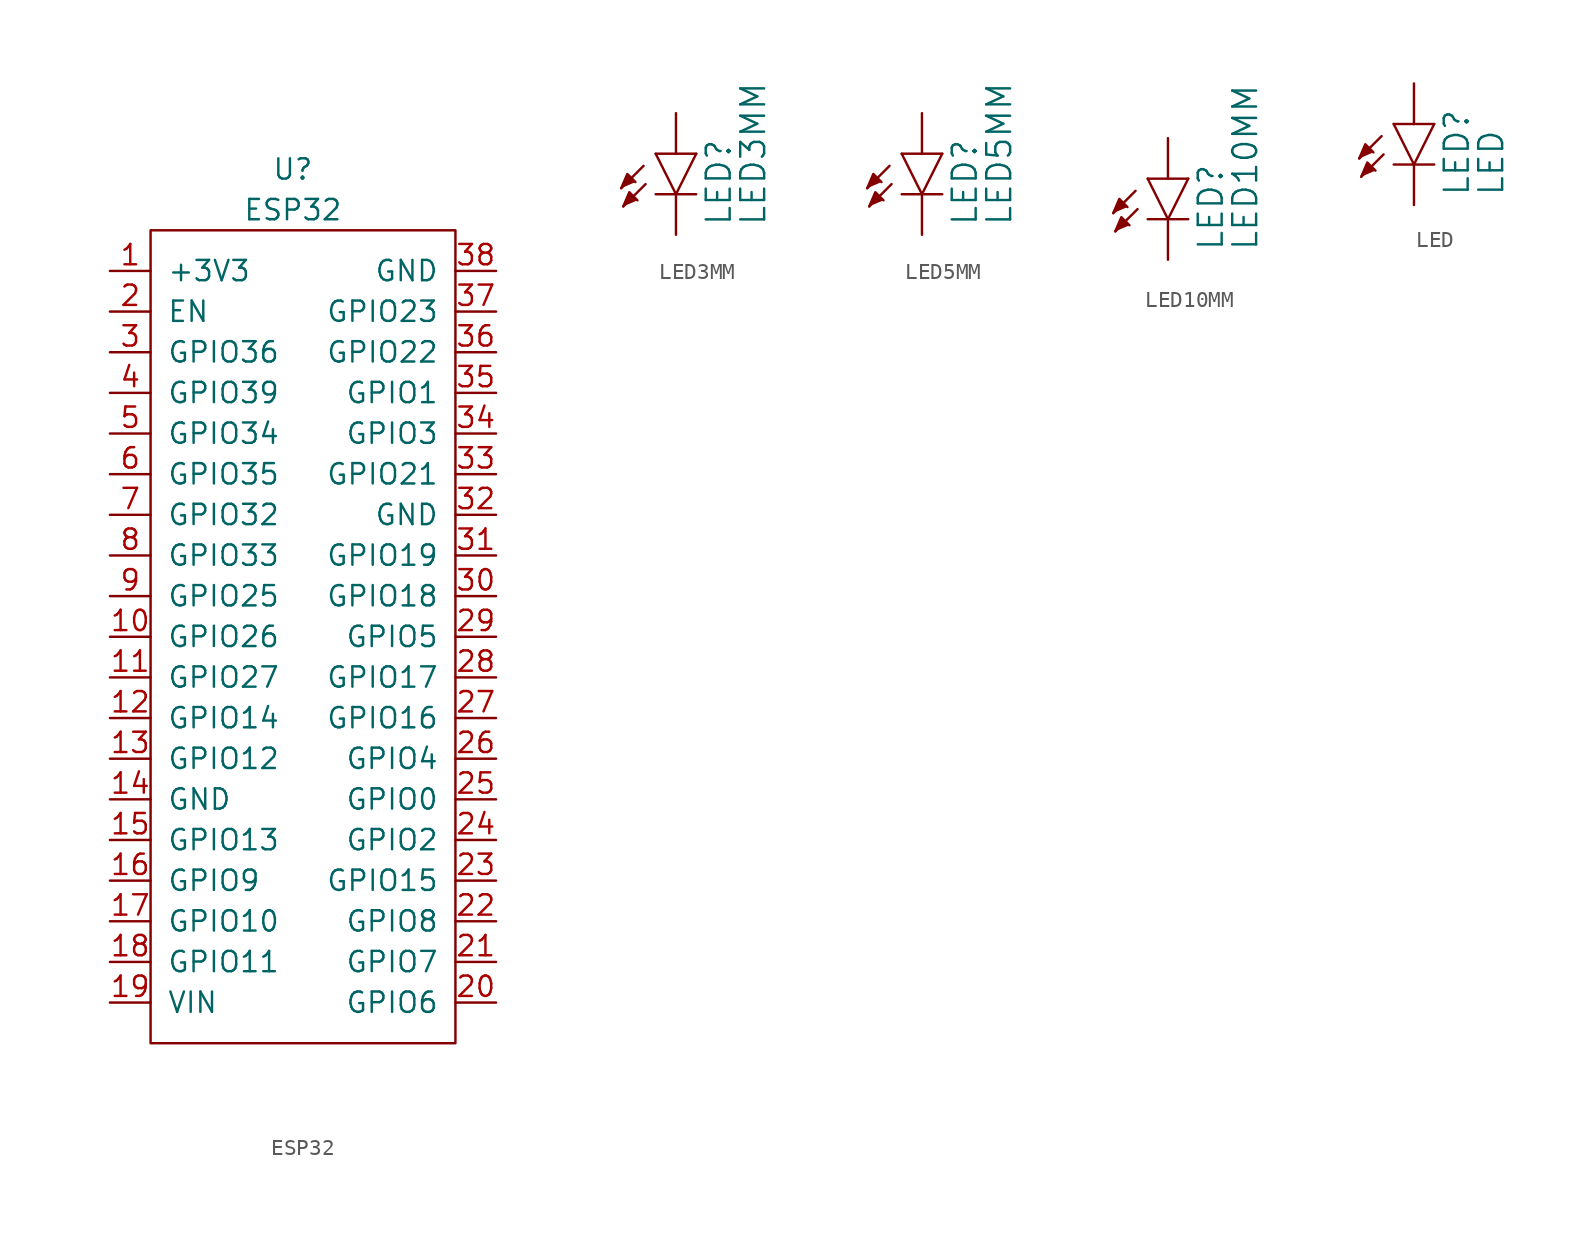
<source format=kicad_sym>
(kicad_symbol_lib
  (version 20211014)
  (generator kicad_symbol_editor)
  (symbol "ESP32"
    (pin_names
      (offset 1.016))
    (property "Reference" "U"
      (at 1.27 3.81 0)
      (effects (font (size 1.27 1.27))))
    (property "Value" "ESP32"
      (at 1.27 1.27 0)
      (effects (font (size 1.27 1.27))))
    (symbol "ESP32_0_1"
      (rectangle (start -7.62 0) (end 11.43 -50.8) (stroke (width 0) (type default) (color 0 0 0 0)) (fill (type none))))
    (symbol "ESP32_1_1"
      (pin power_out line (at -10.16 -2.54 0) (length 2.54) (name "+3V3" (effects (font (size 1.27 1.27)))) (number "1" (effects (font (size 1.27 1.27)))))
      (pin bidirectional line (at -10.16 -25.4 0) (length 2.54) (name "GPIO26" (effects (font (size 1.27 1.27)))) (number "10" (effects (font (size 1.27 1.27)))))
      (pin bidirectional line (at -10.16 -27.94 0) (length 2.54) (name "GPIO27" (effects (font (size 1.27 1.27)))) (number "11" (effects (font (size 1.27 1.27)))))
      (pin bidirectional line (at -10.16 -30.48 0) (length 2.54) (name "GPIO14" (effects (font (size 1.27 1.27)))) (number "12" (effects (font (size 1.27 1.27)))))
      (pin bidirectional line (at -10.16 -33.02 0) (length 2.54) (name "GPIO12" (effects (font (size 1.27 1.27)))) (number "13" (effects (font (size 1.27 1.27)))))
      (pin power_in line (at -10.16 -35.56 0) (length 2.54) (name "GND" (effects (font (size 1.27 1.27)))) (number "14" (effects (font (size 1.27 1.27)))))
      (pin bidirectional line (at -10.16 -38.1 0) (length 2.54) (name "GPIO13" (effects (font (size 1.27 1.27)))) (number "15" (effects (font (size 1.27 1.27)))))
      (pin bidirectional line (at -10.16 -40.64 0) (length 2.54) (name "GPIO9" (effects (font (size 1.27 1.27)))) (number "16" (effects (font (size 1.27 1.27)))))
      (pin bidirectional line (at -10.16 -43.18 0) (length 2.54) (name "GPIO10" (effects (font (size 1.27 1.27)))) (number "17" (effects (font (size 1.27 1.27)))))
      (pin bidirectional line (at -10.16 -45.72 0) (length 2.54) (name "GPIO11" (effects (font (size 1.27 1.27)))) (number "18" (effects (font (size 1.27 1.27)))))
      (pin power_in line (at -10.16 -48.26 0) (length 2.54) (name "VIN" (effects (font (size 1.27 1.27)))) (number "19" (effects (font (size 1.27 1.27)))))
      (pin bidirectional line (at -10.16 -5.08 0) (length 2.54) (name "EN" (effects (font (size 1.27 1.27)))) (number "2" (effects (font (size 1.27 1.27)))))
      (pin bidirectional line (at 13.97 -48.26 180) (length 2.54) (name "GPIO6" (effects (font (size 1.27 1.27)))) (number "20" (effects (font (size 1.27 1.27)))))
      (pin bidirectional line (at 13.97 -45.72 180) (length 2.54) (name "GPIO7" (effects (font (size 1.27 1.27)))) (number "21" (effects (font (size 1.27 1.27)))))
      (pin bidirectional line (at 13.97 -43.18 180) (length 2.54) (name "GPIO8" (effects (font (size 1.27 1.27)))) (number "22" (effects (font (size 1.27 1.27)))))
      (pin bidirectional line (at 13.97 -40.64 180) (length 2.54) (name "GPIO15" (effects (font (size 1.27 1.27)))) (number "23" (effects (font (size 1.27 1.27)))))
      (pin bidirectional line (at 13.97 -38.1 180) (length 2.54) (name "GPIO2" (effects (font (size 1.27 1.27)))) (number "24" (effects (font (size 1.27 1.27)))))
      (pin bidirectional line (at 13.97 -35.56 180) (length 2.54) (name "GPIO0" (effects (font (size 1.27 1.27)))) (number "25" (effects (font (size 1.27 1.27)))))
      (pin bidirectional line (at 13.97 -33.02 180) (length 2.54) (name "GPIO4" (effects (font (size 1.27 1.27)))) (number "26" (effects (font (size 1.27 1.27)))))
      (pin bidirectional line (at 13.97 -30.48 180) (length 2.54) (name "GPIO16" (effects (font (size 1.27 1.27)))) (number "27" (effects (font (size 1.27 1.27)))))
      (pin bidirectional line (at 13.97 -27.94 180) (length 2.54) (name "GPIO17" (effects (font (size 1.27 1.27)))) (number "28" (effects (font (size 1.27 1.27)))))
      (pin bidirectional line (at 13.97 -25.4 180) (length 2.54) (name "GPIO5" (effects (font (size 1.27 1.27)))) (number "29" (effects (font (size 1.27 1.27)))))
      (pin bidirectional line (at -10.16 -7.62 0) (length 2.54) (name "GPIO36" (effects (font (size 1.27 1.27)))) (number "3" (effects (font (size 1.27 1.27)))))
      (pin bidirectional line (at 13.97 -22.86 180) (length 2.54) (name "GPIO18" (effects (font (size 1.27 1.27)))) (number "30" (effects (font (size 1.27 1.27)))))
      (pin bidirectional line (at 13.97 -20.32 180) (length 2.54) (name "GPIO19" (effects (font (size 1.27 1.27)))) (number "31" (effects (font (size 1.27 1.27)))))
      (pin power_in line (at 13.97 -17.78 180) (length 2.54) (name "GND" (effects (font (size 1.27 1.27)))) (number "32" (effects (font (size 1.27 1.27)))))
      (pin bidirectional line (at 13.97 -15.24 180) (length 2.54) (name "GPIO21" (effects (font (size 1.27 1.27)))) (number "33" (effects (font (size 1.27 1.27)))))
      (pin bidirectional line (at 13.97 -12.7 180) (length 2.54) (name "GPIO3" (effects (font (size 1.27 1.27)))) (number "34" (effects (font (size 1.27 1.27)))))
      (pin bidirectional line (at 13.97 -10.16 180) (length 2.54) (name "GPIO1" (effects (font (size 1.27 1.27)))) (number "35" (effects (font (size 1.27 1.27)))))
      (pin bidirectional line (at 13.97 -7.62 180) (length 2.54) (name "GPIO22" (effects (font (size 1.27 1.27)))) (number "36" (effects (font (size 1.27 1.27)))))
      (pin bidirectional line (at 13.97 -5.08 180) (length 2.54) (name "GPIO23" (effects (font (size 1.27 1.27)))) (number "37" (effects (font (size 1.27 1.27)))))
      (pin power_in line (at 13.97 -2.54 180) (length 2.54) (name "GND" (effects (font (size 1.27 1.27)))) (number "38" (effects (font (size 1.27 1.27)))))
      (pin bidirectional line (at -10.16 -10.16 0) (length 2.54) (name "GPIO39" (effects (font (size 1.27 1.27)))) (number "4" (effects (font (size 1.27 1.27)))))
      (pin bidirectional line (at -10.16 -12.7 0) (length 2.54) (name "GPIO34" (effects (font (size 1.27 1.27)))) (number "5" (effects (font (size 1.27 1.27)))))
      (pin bidirectional line (at -10.16 -15.24 0) (length 2.54) (name "GPIO35" (effects (font (size 1.27 1.27)))) (number "6" (effects (font (size 1.27 1.27)))))
      (pin bidirectional line (at -10.16 -17.78 0) (length 2.54) (name "GPIO32" (effects (font (size 1.27 1.27)))) (number "7" (effects (font (size 1.27 1.27)))))
      (pin bidirectional line (at -10.16 -20.32 0) (length 2.54) (name "GPIO33" (effects (font (size 1.27 1.27)))) (number "8" (effects (font (size 1.27 1.27)))))
      (pin bidirectional line (at -10.16 -22.86 0) (length 2.54) (name "GPIO25" (effects (font (size 1.27 1.27)))) (number "9" (effects (font (size 1.27 1.27)))))))
  (symbol "LED3MM"
    (pin_names
      (offset 1.016))
    (property "Reference" "LED"
      (at 3.556 -4.572 90)
      (effects (font (size 1.499 1.499)) (justify left bottom)))
    (property "Value" "LED3MM"
      (at 5.715 -4.572 90)
      (effects (font (size 1.499 1.499)) (justify left bottom)))
    (property "ki_locked" ""
      (at 0 0 0)
      (effects (font (size 1.27 1.27))))
    (symbol "LED3MM_1_0"
      (polyline (pts (xy -2.032 -0.762) (xy -3.429 -2.159)) (stroke (width 0) (type default) (color 0 0 0 0)) (fill (type none)))
      (polyline (pts (xy -1.905 -1.905) (xy -3.302 -3.302)) (stroke (width 0) (type default) (color 0 0 0 0)) (fill (type none)))
      (polyline (pts (xy 0 -2.54) (xy -1.27 -2.54)) (stroke (width 0) (type default) (color 0 0 0 0)) (fill (type none)))
      (polyline (pts (xy 0 -2.54) (xy -1.27 0)) (stroke (width 0) (type default) (color 0 0 0 0)) (fill (type none)))
      (polyline (pts (xy 0 0) (xy -1.27 0)) (stroke (width 0) (type default) (color 0 0 0 0)) (fill (type none)))
      (polyline (pts (xy 1.27 -2.54) (xy 0 -2.54)) (stroke (width 0) (type default) (color 0 0 0 0)) (fill (type none)))
      (polyline (pts (xy 1.27 0) (xy 0 -2.54)) (stroke (width 0) (type default) (color 0 0 0 0)) (fill (type none)))
      (polyline (pts (xy 1.27 0) (xy 0 0)) (stroke (width 0) (type default) (color 0 0 0 0)) (fill (type none)))
      (polyline (pts (xy -3.429 -2.159) (xy -3.048 -1.27) (xy -2.54 -1.778)) (stroke (width 0) (type default) (color 0 0 0 0)) (fill (type outline)))
      (polyline (pts (xy -3.302 -3.302) (xy -2.921 -2.413) (xy -2.413 -2.921)) (stroke (width 0) (type default) (color 0 0 0 0)) (fill (type outline)))
      (pin passive line (at 0 2.54 270) (length 2.54) (name "A" (effects (font (size 0 0)))) (number "A" (effects (font (size 0 0)))))
      (pin passive line (at 0 -5.08 90) (length 2.54) (name "C" (effects (font (size 0 0)))) (number "K" (effects (font (size 0 0)))))))
  (symbol "LED5MM"
    (pin_names
      (offset 1.016))
    (property "Reference" "LED"
      (at 3.556 -4.572 90)
      (effects (font (size 1.499 1.499)) (justify left bottom)))
    (property "Value" "LED5MM"
      (at 5.715 -4.572 90)
      (effects (font (size 1.499 1.499)) (justify left bottom)))
    (property "ki_locked" ""
      (at 0 0 0)
      (effects (font (size 1.27 1.27))))
    (symbol "LED5MM_1_0"
      (polyline (pts (xy -2.032 -0.762) (xy -3.429 -2.159)) (stroke (width 0) (type default) (color 0 0 0 0)) (fill (type none)))
      (polyline (pts (xy -1.905 -1.905) (xy -3.302 -3.302)) (stroke (width 0) (type default) (color 0 0 0 0)) (fill (type none)))
      (polyline (pts (xy 0 -2.54) (xy -1.27 -2.54)) (stroke (width 0) (type default) (color 0 0 0 0)) (fill (type none)))
      (polyline (pts (xy 0 -2.54) (xy -1.27 0)) (stroke (width 0) (type default) (color 0 0 0 0)) (fill (type none)))
      (polyline (pts (xy 0 0) (xy -1.27 0)) (stroke (width 0) (type default) (color 0 0 0 0)) (fill (type none)))
      (polyline (pts (xy 1.27 -2.54) (xy 0 -2.54)) (stroke (width 0) (type default) (color 0 0 0 0)) (fill (type none)))
      (polyline (pts (xy 1.27 0) (xy 0 -2.54)) (stroke (width 0) (type default) (color 0 0 0 0)) (fill (type none)))
      (polyline (pts (xy 1.27 0) (xy 0 0)) (stroke (width 0) (type default) (color 0 0 0 0)) (fill (type none)))
      (polyline (pts (xy -3.429 -2.159) (xy -3.048 -1.27) (xy -2.54 -1.778)) (stroke (width 0) (type default) (color 0 0 0 0)) (fill (type outline)))
      (polyline (pts (xy -3.302 -3.302) (xy -2.921 -2.413) (xy -2.413 -2.921)) (stroke (width 0) (type default) (color 0 0 0 0)) (fill (type outline)))
      (pin passive line (at 0 2.54 270) (length 2.54) (name "A" (effects (font (size 0 0)))) (number "A" (effects (font (size 0 0)))))
      (pin passive line (at 0 -5.08 90) (length 2.54) (name "C" (effects (font (size 0 0)))) (number "K" (effects (font (size 0 0)))))))
  (symbol "LED10MM"
    (pin_names
      (offset 1.016))
    (property "Reference" "LED"
      (at 3.556 -4.572 90)
      (effects (font (size 1.499 1.499)) (justify left bottom)))
    (property "Value" "LED10MM"
      (at 5.715 -4.572 90)
      (effects (font (size 1.499 1.499)) (justify left bottom)))
    (property "ki_locked" ""
      (at 0 0 0)
      (effects (font (size 1.27 1.27))))
    (symbol "LED10MM_1_0"
      (polyline (pts (xy -2.032 -0.762) (xy -3.429 -2.159)) (stroke (width 0) (type default) (color 0 0 0 0)) (fill (type none)))
      (polyline (pts (xy -1.905 -1.905) (xy -3.302 -3.302)) (stroke (width 0) (type default) (color 0 0 0 0)) (fill (type none)))
      (polyline (pts (xy 0 -2.54) (xy -1.27 -2.54)) (stroke (width 0) (type default) (color 0 0 0 0)) (fill (type none)))
      (polyline (pts (xy 0 -2.54) (xy -1.27 0)) (stroke (width 0) (type default) (color 0 0 0 0)) (fill (type none)))
      (polyline (pts (xy 0 0) (xy -1.27 0)) (stroke (width 0) (type default) (color 0 0 0 0)) (fill (type none)))
      (polyline (pts (xy 1.27 -2.54) (xy 0 -2.54)) (stroke (width 0) (type default) (color 0 0 0 0)) (fill (type none)))
      (polyline (pts (xy 1.27 0) (xy 0 -2.54)) (stroke (width 0) (type default) (color 0 0 0 0)) (fill (type none)))
      (polyline (pts (xy 1.27 0) (xy 0 0)) (stroke (width 0) (type default) (color 0 0 0 0)) (fill (type none)))
      (polyline (pts (xy -3.429 -2.159) (xy -3.048 -1.27) (xy -2.54 -1.778)) (stroke (width 0) (type default) (color 0 0 0 0)) (fill (type outline)))
      (polyline (pts (xy -3.302 -3.302) (xy -2.921 -2.413) (xy -2.413 -2.921)) (stroke (width 0) (type default) (color 0 0 0 0)) (fill (type outline)))
      (pin passive line (at 0 2.54 270) (length 2.54) (name "A" (effects (font (size 0 0)))) (number "A" (effects (font (size 0 0)))))
      (pin passive line (at 0 -5.08 90) (length 2.54) (name "C" (effects (font (size 0 0)))) (number "K" (effects (font (size 0 0)))))))
  (symbol "LED"
    (pin_names
      (offset 1.016))
    (property "Reference" "LED"
      (at 3.556 -4.572 90)
      (effects (font (size 1.499 1.499)) (justify left bottom)))
    (property "Value" "LED"
      (at 5.715 -4.572 90)
      (effects (font (size 1.499 1.499)) (justify left bottom)))
    (property "ki_locked" ""
      (at 0 0 0)
      (effects (font (size 1.27 1.27))))
    (symbol "LED_1_0"
      (polyline (pts (xy -2.032 -0.762) (xy -3.429 -2.159)) (stroke (width 0) (type default) (color 0 0 0 0)) (fill (type none)))
      (polyline (pts (xy -1.905 -1.905) (xy -3.302 -3.302)) (stroke (width 0) (type default) (color 0 0 0 0)) (fill (type none)))
      (polyline (pts (xy 0 -2.54) (xy -1.27 -2.54)) (stroke (width 0) (type default) (color 0 0 0 0)) (fill (type none)))
      (polyline (pts (xy 0 -2.54) (xy -1.27 0)) (stroke (width 0) (type default) (color 0 0 0 0)) (fill (type none)))
      (polyline (pts (xy 0 0) (xy -1.27 0)) (stroke (width 0) (type default) (color 0 0 0 0)) (fill (type none)))
      (polyline (pts (xy 1.27 -2.54) (xy 0 -2.54)) (stroke (width 0) (type default) (color 0 0 0 0)) (fill (type none)))
      (polyline (pts (xy 1.27 0) (xy 0 -2.54)) (stroke (width 0) (type default) (color 0 0 0 0)) (fill (type none)))
      (polyline (pts (xy 1.27 0) (xy 0 0)) (stroke (width 0) (type default) (color 0 0 0 0)) (fill (type none)))
      (polyline (pts (xy -3.429 -2.159) (xy -3.048 -1.27) (xy -2.54 -1.778)) (stroke (width 0) (type default) (color 0 0 0 0)) (fill (type outline)))
      (polyline (pts (xy -3.302 -3.302) (xy -2.921 -2.413) (xy -2.413 -2.921)) (stroke (width 0) (type default) (color 0 0 0 0)) (fill (type outline)))
      (pin passive line (at 0 2.54 270) (length 2.54) (name "A" (effects (font (size 0 0)))) (number "A@1" (effects (font (size 0 0)))))
      (pin passive line (at 0 -5.08 90) (length 2.54) (name "C" (effects (font (size 0 0)))) (number "C@1" (effects (font (size 0 0))))))))
</source>
